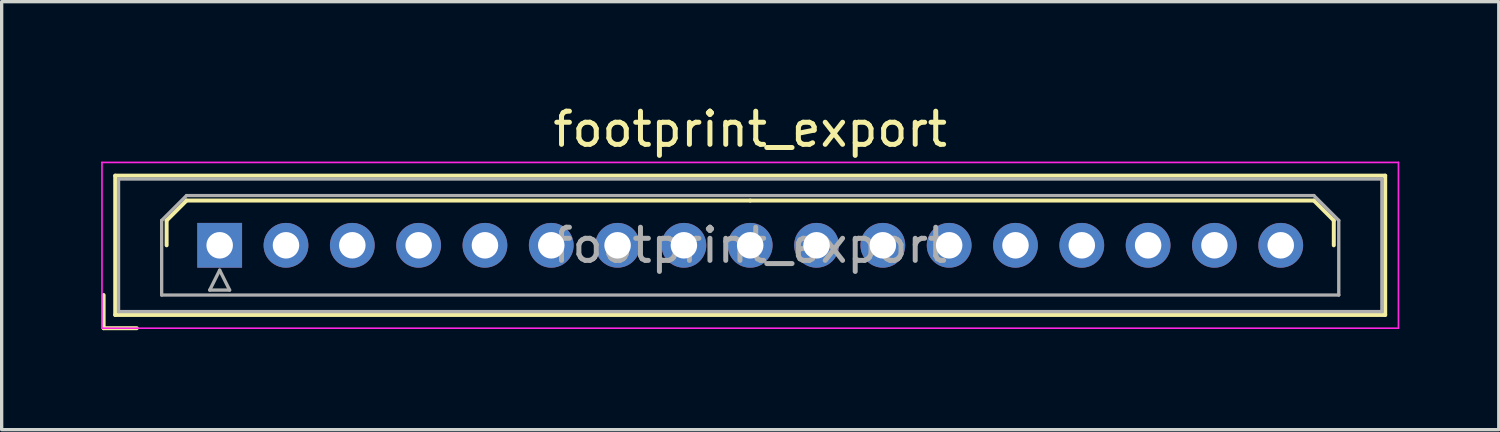
<source format=kicad_pcb>
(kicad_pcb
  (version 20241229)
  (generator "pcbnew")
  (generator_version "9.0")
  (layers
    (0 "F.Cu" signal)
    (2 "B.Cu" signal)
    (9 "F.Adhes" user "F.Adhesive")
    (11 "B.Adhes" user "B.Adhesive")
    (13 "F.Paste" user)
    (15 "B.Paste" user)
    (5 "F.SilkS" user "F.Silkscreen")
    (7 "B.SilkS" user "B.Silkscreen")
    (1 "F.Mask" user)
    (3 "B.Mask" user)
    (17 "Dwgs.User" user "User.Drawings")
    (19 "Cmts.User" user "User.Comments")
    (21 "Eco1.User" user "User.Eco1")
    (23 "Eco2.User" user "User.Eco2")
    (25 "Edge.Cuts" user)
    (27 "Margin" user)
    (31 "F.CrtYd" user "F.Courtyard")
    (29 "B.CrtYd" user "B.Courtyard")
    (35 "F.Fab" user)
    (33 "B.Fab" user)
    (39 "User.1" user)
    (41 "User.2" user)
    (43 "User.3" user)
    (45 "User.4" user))
  (footprint "footprint_export"
    (layer "F.Cu")
    (at 3.575 4.348)
    (property "Reference" "footprint_export" (at 16 -3.5 0) (layer "F.SilkS") (effects (font (size 1 1) (thickness 0.15))))
    (attr through_hole)
    (fp_line (start -3.5 1.5) (end -3.5 2.5) (stroke (width 0.12) (type solid)) (layer "F.SilkS"))
    (fp_line (start -3.5 2.5) (end -2.5 2.5) (stroke (width 0.12) (type solid)) (layer "F.SilkS"))
    (fp_line (start -3.15 -2.1) (end -3.15 2.1) (stroke (width 0.12) (type solid)) (layer "F.SilkS"))
    (fp_line (start -3.15 2.1) (end 35.15 2.1) (stroke (width 0.12) (type solid)) (layer "F.SilkS"))
    (fp_line (start -1.6 -0.75) (end -1 -1.35) (stroke (width 0.12) (type solid)) (layer "F.SilkS"))
    (fp_line (start -1.6 0) (end -1.6 -0.75) (stroke (width 0.12) (type solid)) (layer "F.SilkS"))
    (fp_line (start -1 -1.35) (end 16 -1.35) (stroke (width 0.12) (type solid)) (layer "F.SilkS"))
    (fp_line (start 33 -1.35) (end 16 -1.35) (stroke (width 0.12) (type solid)) (layer "F.SilkS"))
    (fp_line (start 33.6 -0.75) (end 33 -1.35) (stroke (width 0.12) (type solid)) (layer "F.SilkS"))
    (fp_line (start 33.6 0) (end 33.6 -0.75) (stroke (width 0.12) (type solid)) (layer "F.SilkS"))
    (fp_line (start 35.15 -2.1) (end -3.15 -2.1) (stroke (width 0.12) (type solid)) (layer "F.SilkS"))
    (fp_line (start 35.15 2.1) (end 35.15 -2.1) (stroke (width 0.12) (type solid)) (layer "F.SilkS"))
    (fp_line (start -3.55 -2.5) (end -3.55 2.5) (stroke (width 0.05) (type solid)) (layer "F.CrtYd"))
    (fp_line (start -3.55 2.5) (end 35.55 2.5) (stroke (width 0.05) (type solid)) (layer "F.CrtYd"))
    (fp_line (start 35.55 -2.5) (end -3.55 -2.5) (stroke (width 0.05) (type solid)) (layer "F.CrtYd"))
    (fp_line (start 35.55 2.5) (end 35.55 -2.5) (stroke (width 0.05) (type solid)) (layer "F.CrtYd"))
    (fp_line (start -3.05 -2) (end -3.05 2) (stroke (width 0.1) (type solid)) (layer "F.Fab"))
    (fp_line (start -3.05 2) (end 35.05 2) (stroke (width 0.1) (type solid)) (layer "F.Fab"))
    (fp_line (start -1.75 -0.75) (end -1 -1.5) (stroke (width 0.1) (type solid)) (layer "F.Fab"))
    (fp_line (start -1.75 1.5) (end -1.75 -0.75) (stroke (width 0.1) (type solid)) (layer "F.Fab"))
    (fp_line (start -1 -1.5) (end 33 -1.5) (stroke (width 0.1) (type solid)) (layer "F.Fab"))
    (fp_line (start -0.3 1.35) (end 0.3 1.35) (stroke (width 0.1) (type solid)) (layer "F.Fab"))
    (fp_line (start 0 0.75) (end -0.3 1.35) (stroke (width 0.1) (type solid)) (layer "F.Fab"))
    (fp_line (start 0.3 1.35) (end 0 0.75) (stroke (width 0.1) (type solid)) (layer "F.Fab"))
    (fp_line (start 33 -1.5) (end 33.75 -0.75) (stroke (width 0.1) (type solid)) (layer "F.Fab"))
    (fp_line (start 33.75 -0.75) (end 33.75 1.5) (stroke (width 0.1) (type solid)) (layer "F.Fab"))
    (fp_line (start 33.75 1.5) (end -1.75 1.5) (stroke (width 0.1) (type solid)) (layer "F.Fab"))
    (fp_line (start 35.05 -2) (end -3.05 -2) (stroke (width 0.1) (type solid)) (layer "F.Fab"))
    (fp_line (start 35.05 2) (end 35.05 -2) (stroke (width 0.1) (type solid)) (layer "F.Fab"))
    (fp_text user "${REFERENCE}" (at 16 0 0) (layer "F.Fab") (effects (font (size 1 1) (thickness 0.15))))
    (pad "1" thru_hole rect (at 0 0) (size 1.35 1.35) (drill 0.8) (layers "*.Cu" "*.Mask"))
    (pad "2" thru_hole circle (at 2 0) (size 1.35 1.35) (drill 0.8) (layers "*.Cu" "*.Mask"))
    (pad "3" thru_hole circle (at 4 0) (size 1.35 1.35) (drill 0.8) (layers "*.Cu" "*.Mask"))
    (pad "4" thru_hole circle (at 6 0) (size 1.35 1.35) (drill 0.8) (layers "*.Cu" "*.Mask"))
    (pad "5" thru_hole circle (at 8 0) (size 1.35 1.35) (drill 0.8) (layers "*.Cu" "*.Mask"))
    (pad "6" thru_hole circle (at 10 0) (size 1.35 1.35) (drill 0.8) (layers "*.Cu" "*.Mask"))
    (pad "7" thru_hole circle (at 12 0) (size 1.35 1.35) (drill 0.8) (layers "*.Cu" "*.Mask"))
    (pad "8" thru_hole circle (at 14 0) (size 1.35 1.35) (drill 0.8) (layers "*.Cu" "*.Mask"))
    (pad "9" thru_hole circle (at 16 0) (size 1.35 1.35) (drill 0.8) (layers "*.Cu" "*.Mask"))
    (pad "10" thru_hole circle (at 18 0) (size 1.35 1.35) (drill 0.8) (layers "*.Cu" "*.Mask"))
    (pad "11" thru_hole circle (at 20 0) (size 1.35 1.35) (drill 0.8) (layers "*.Cu" "*.Mask"))
    (pad "12" thru_hole circle (at 22 0) (size 1.35 1.35) (drill 0.8) (layers "*.Cu" "*.Mask"))
    (pad "13" thru_hole circle (at 24 0) (size 1.35 1.35) (drill 0.8) (layers "*.Cu" "*.Mask"))
    (pad "14" thru_hole circle (at 26 0) (size 1.35 1.35) (drill 0.8) (layers "*.Cu" "*.Mask"))
    (pad "15" thru_hole circle (at 28 0) (size 1.35 1.35) (drill 0.8) (layers "*.Cu" "*.Mask"))
    (pad "16" thru_hole circle (at 30 0) (size 1.35 1.35) (drill 0.8) (layers "*.Cu" "*.Mask"))
    (pad "17" thru_hole circle (at 32 0) (size 1.35 1.35) (drill 0.8) (layers "*.Cu" "*.Mask")))
  (gr_rect
    (start -3 -3)
    (end 42.15 9.908)
    (stroke (width 0.1) (type default))
    (fill no)
    (layer "Edge.Cuts")))
</source>
